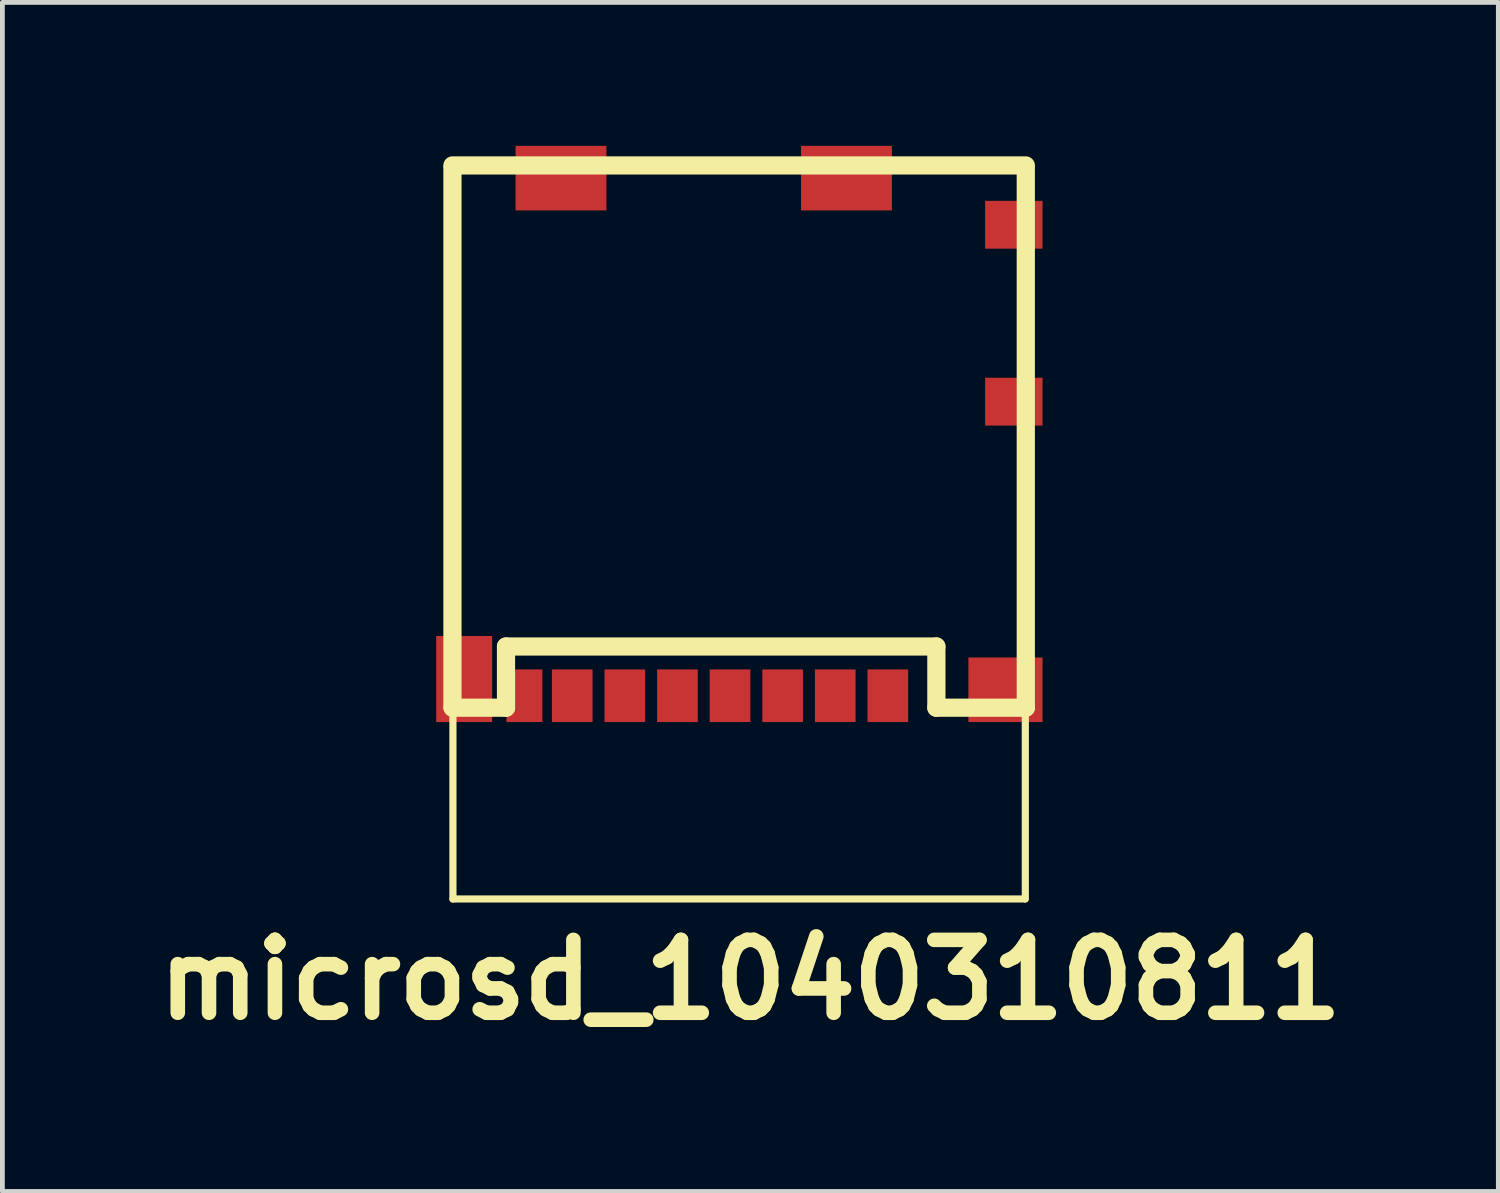
<source format=kicad_pcb>
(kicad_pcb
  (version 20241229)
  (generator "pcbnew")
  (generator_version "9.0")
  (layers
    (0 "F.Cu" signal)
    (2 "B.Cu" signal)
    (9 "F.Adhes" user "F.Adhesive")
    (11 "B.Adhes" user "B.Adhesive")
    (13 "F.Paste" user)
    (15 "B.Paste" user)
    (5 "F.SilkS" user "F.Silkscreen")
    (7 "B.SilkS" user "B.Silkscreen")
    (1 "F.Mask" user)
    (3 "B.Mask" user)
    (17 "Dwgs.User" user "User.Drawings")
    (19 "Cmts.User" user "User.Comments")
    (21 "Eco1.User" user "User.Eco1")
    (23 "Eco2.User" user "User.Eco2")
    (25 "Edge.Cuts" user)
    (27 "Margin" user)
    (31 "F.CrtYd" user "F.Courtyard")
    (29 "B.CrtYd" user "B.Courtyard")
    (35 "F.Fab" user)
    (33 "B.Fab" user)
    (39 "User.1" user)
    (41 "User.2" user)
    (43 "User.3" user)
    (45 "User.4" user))
  (footprint "microsd_1040310811"
    (layer "F.Cu")
    (at 12.412 11.75)
    (property "Reference" "microsd_1040310811" (at 0.23 5.69 0) (layer "F.SilkS") (effects (font (size 1.524 1.524) (thickness 0.305))))
    (attr through_hole)
    (fp_line (start -6 -11.34) (end 5.99 -11.34) (stroke (width 0.381) (type solid)) (layer "F.SilkS"))
    (fp_line (start -6 -11.29) (end -6 -0.02) (stroke (width 0.381) (type solid)) (layer "F.SilkS"))
    (fp_line (start -6 0) (end -4.88 0) (stroke (width 0.381) (type solid)) (layer "F.SilkS"))
    (fp_line (start -5.99 0) (end -5.99 4) (stroke (width 0.15) (type solid)) (layer "F.SilkS"))
    (fp_line (start -5.99 4) (end 5.97 4) (stroke (width 0.15) (type solid)) (layer "F.SilkS"))
    (fp_line (start -4.88 -1.28) (end 4.12 -1.28) (stroke (width 0.381) (type solid)) (layer "F.SilkS"))
    (fp_line (start -4.88 0) (end -4.88 -1.28) (stroke (width 0.381) (type solid)) (layer "F.SilkS"))
    (fp_line (start 4.12 -1.28) (end 4.12 0) (stroke (width 0.381) (type solid)) (layer "F.SilkS"))
    (fp_line (start 4.12 0) (end 5.99 0) (stroke (width 0.381) (type solid)) (layer "F.SilkS"))
    (fp_line (start 5.98 4) (end 5.98 0) (stroke (width 0.15) (type solid)) (layer "F.SilkS"))
    (fp_line (start 5.99 0) (end 5.99 -11.29) (stroke (width 0.381) (type solid)) (layer "F.SilkS"))
    (pad "" smd rect (at -5.755 -0.6) (size 1.17 1.8) (layers "F.Cu" "F.Mask" "F.Paste"))
    (pad "" smd rect (at -3.73 -11.075) (size 1.9 1.35) (layers "F.Cu" "F.Mask" "F.Paste"))
    (pad "" smd rect (at 2.24 -11.075) (size 1.9 1.35) (layers "F.Cu" "F.Mask" "F.Paste"))
    (pad "" smd rect (at 5.565 -0.375) (size 1.55 1.35) (layers "F.Cu" "F.Mask" "F.Paste"))
    (pad "1" smd rect (at 3.105 -0.25) (size 0.85 1.1) (layers "F.Cu" "F.Mask" "F.Paste"))
    (pad "2" smd rect (at 2.005 -0.25) (size 0.85 1.1) (layers "F.Cu" "F.Mask" "F.Paste"))
    (pad "3" smd rect (at 0.905 -0.25) (size 0.85 1.1) (layers "F.Cu" "F.Mask" "F.Paste"))
    (pad "4" smd rect (at -0.195 -0.25) (size 0.85 1.1) (layers "F.Cu" "F.Mask" "F.Paste"))
    (pad "5" smd rect (at -1.295 -0.25) (size 0.85 1.1) (layers "F.Cu" "F.Mask" "F.Paste"))
    (pad "6" smd rect (at -2.395 -0.25) (size 0.85 1.1) (layers "F.Cu" "F.Mask" "F.Paste"))
    (pad "7" smd rect (at -3.495 -0.25) (size 0.85 1.1) (layers "F.Cu" "F.Mask" "F.Paste"))
    (pad "8" smd rect (at -4.495 -0.25) (size 0.75 1.1) (layers "F.Cu" "F.Mask" "F.Paste"))
    (pad "CD1" smd rect (at 5.74 -6.4) (size 1.2 1) (layers "F.Cu" "F.Mask" "F.Paste"))
    (pad "CD2" smd rect (at 5.74 -10.1) (size 1.2 1) (layers "F.Cu" "F.Mask" "F.Paste")))
  (gr_rect
    (start -3 -3)
    (end 28.284 21.866)
    (stroke (width 0.1) (type default))
    (fill no)
    (layer "Edge.Cuts")))
</source>
